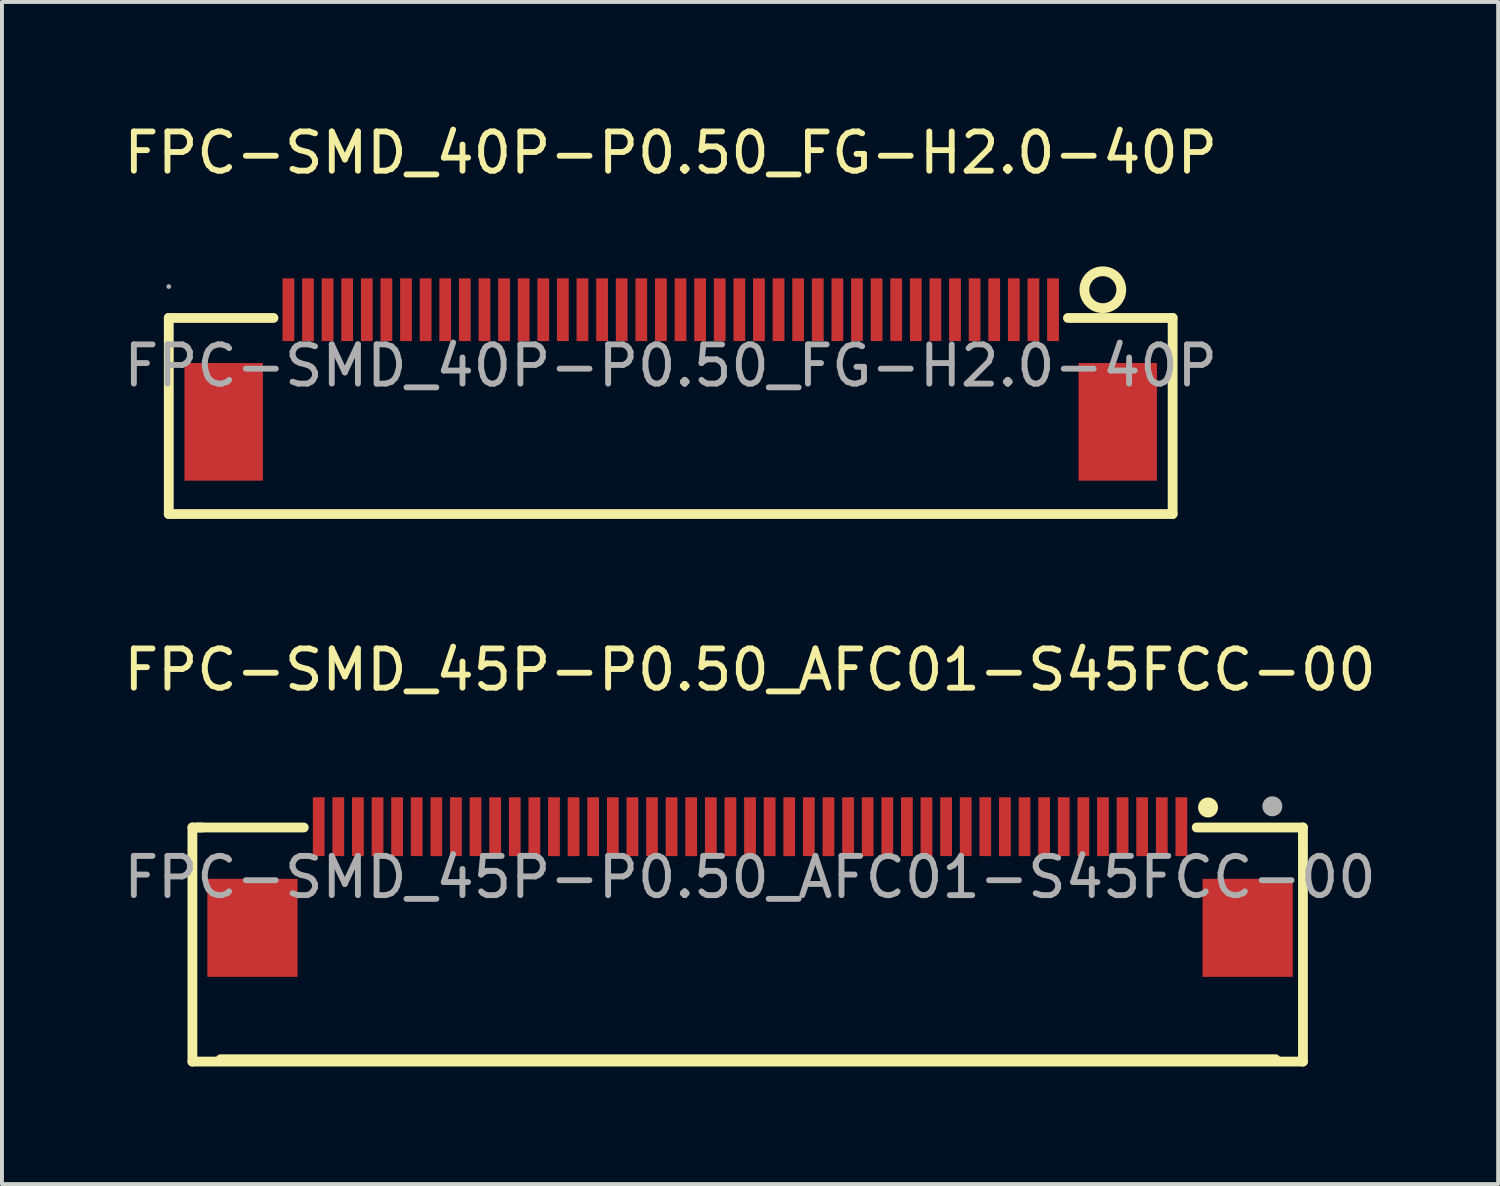
<source format=kicad_pcb>
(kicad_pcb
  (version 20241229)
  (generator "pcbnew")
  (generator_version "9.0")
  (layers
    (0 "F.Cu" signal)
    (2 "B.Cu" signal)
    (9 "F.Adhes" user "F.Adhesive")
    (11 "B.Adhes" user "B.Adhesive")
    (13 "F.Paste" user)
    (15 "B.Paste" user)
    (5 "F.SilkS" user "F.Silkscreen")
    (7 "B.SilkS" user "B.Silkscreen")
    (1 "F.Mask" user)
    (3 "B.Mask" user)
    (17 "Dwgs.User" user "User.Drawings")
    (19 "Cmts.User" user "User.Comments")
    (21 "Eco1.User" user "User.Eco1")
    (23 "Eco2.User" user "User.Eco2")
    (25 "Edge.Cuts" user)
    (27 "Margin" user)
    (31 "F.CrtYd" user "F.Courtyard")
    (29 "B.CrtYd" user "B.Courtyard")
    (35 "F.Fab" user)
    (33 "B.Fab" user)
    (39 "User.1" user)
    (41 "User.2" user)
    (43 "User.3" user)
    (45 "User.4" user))
  (footprint "FPC-SMD_40P-P0.50_FG-H2.0-40P"
    (layer "F.Cu")
    (at 14.054 6.278)
    (property "Reference" "FPC-SMD_40P-P0.50_FG-H2.0-40P" (at 0 -5.43 0) (layer "F.SilkS") (effects (font (size 1 1) (thickness 0.15))))
    (attr through_hole)
    (fp_line (start -12.8 -1.22) (end -12.8 3.78) (stroke (width 0.25) (type solid)) (layer "F.SilkS"))
    (fp_line (start -12.8 -1.22) (end -10.13 -1.22) (stroke (width 0.25) (type solid)) (layer "F.SilkS"))
    (fp_line (start -12.8 3.78) (end 12.8 3.78) (stroke (width 0.25) (type solid)) (layer "F.SilkS"))
    (fp_line (start 10.13 -1.22) (end 12.8 -1.22) (stroke (width 0.25) (type solid)) (layer "F.SilkS"))
    (fp_line (start 12.8 -1.22) (end 12.8 3.78) (stroke (width 0.25) (type solid)) (layer "F.SilkS"))
    (fp_circle (center 11.02 -1.94) (end 11.49 -1.94) (stroke (width 0.25) (type solid)) (fill no) (layer "F.SilkS"))
    (fp_circle (center -12.8 -2.02) (end -12.77 -2.02) (stroke (width 0.06) (type solid)) (fill no) (layer "F.Fab"))
    (fp_text user "${REFERENCE}" (at 0 0 0) (layer "F.Fab") (effects (font (size 1 1) (thickness 0.15))))
    (pad "1" smd rect (at 9.75 -1.43 180) (size 0.3 1.6) (layers "F.Cu" "F.Mask" "F.Paste"))
    (pad "2" smd rect (at 9.25 -1.43 180) (size 0.3 1.6) (layers "F.Cu" "F.Mask" "F.Paste"))
    (pad "3" smd rect (at 8.75 -1.43 180) (size 0.3 1.6) (layers "F.Cu" "F.Mask" "F.Paste"))
    (pad "4" smd rect (at 8.25 -1.43 180) (size 0.3 1.6) (layers "F.Cu" "F.Mask" "F.Paste"))
    (pad "5" smd rect (at 7.75 -1.43 180) (size 0.3 1.6) (layers "F.Cu" "F.Mask" "F.Paste"))
    (pad "6" smd rect (at 7.25 -1.43 180) (size 0.3 1.6) (layers "F.Cu" "F.Mask" "F.Paste"))
    (pad "7" smd rect (at 6.75 -1.43 180) (size 0.3 1.6) (layers "F.Cu" "F.Mask" "F.Paste"))
    (pad "8" smd rect (at 6.25 -1.43 180) (size 0.3 1.6) (layers "F.Cu" "F.Mask" "F.Paste"))
    (pad "9" smd rect (at 5.75 -1.43 180) (size 0.3 1.6) (layers "F.Cu" "F.Mask" "F.Paste"))
    (pad "10" smd rect (at 5.25 -1.43 180) (size 0.3 1.6) (layers "F.Cu" "F.Mask" "F.Paste"))
    (pad "11" smd rect (at 4.75 -1.43 180) (size 0.3 1.6) (layers "F.Cu" "F.Mask" "F.Paste"))
    (pad "12" smd rect (at 4.25 -1.43 180) (size 0.3 1.6) (layers "F.Cu" "F.Mask" "F.Paste"))
    (pad "13" smd rect (at 3.75 -1.43 180) (size 0.3 1.6) (layers "F.Cu" "F.Mask" "F.Paste"))
    (pad "14" smd rect (at 3.25 -1.43 180) (size 0.3 1.6) (layers "F.Cu" "F.Mask" "F.Paste"))
    (pad "15" smd rect (at 2.75 -1.43 180) (size 0.3 1.6) (layers "F.Cu" "F.Mask" "F.Paste"))
    (pad "16" smd rect (at 2.25 -1.43 180) (size 0.3 1.6) (layers "F.Cu" "F.Mask" "F.Paste"))
    (pad "17" smd rect (at 1.75 -1.43 180) (size 0.3 1.6) (layers "F.Cu" "F.Mask" "F.Paste"))
    (pad "18" smd rect (at 1.25 -1.43 180) (size 0.3 1.6) (layers "F.Cu" "F.Mask" "F.Paste"))
    (pad "19" smd rect (at 0.75 -1.43 180) (size 0.3 1.6) (layers "F.Cu" "F.Mask" "F.Paste"))
    (pad "20" smd rect (at 0.25 -1.43 180) (size 0.3 1.6) (layers "F.Cu" "F.Mask" "F.Paste"))
    (pad "21" smd rect (at -0.25 -1.43 180) (size 0.3 1.6) (layers "F.Cu" "F.Mask" "F.Paste"))
    (pad "22" smd rect (at -0.75 -1.43 180) (size 0.3 1.6) (layers "F.Cu" "F.Mask" "F.Paste"))
    (pad "23" smd rect (at -1.25 -1.43 180) (size 0.3 1.6) (layers "F.Cu" "F.Mask" "F.Paste"))
    (pad "24" smd rect (at -1.75 -1.43 180) (size 0.3 1.6) (layers "F.Cu" "F.Mask" "F.Paste"))
    (pad "25" smd rect (at -2.25 -1.43 180) (size 0.3 1.6) (layers "F.Cu" "F.Mask" "F.Paste"))
    (pad "26" smd rect (at -2.75 -1.43 180) (size 0.3 1.6) (layers "F.Cu" "F.Mask" "F.Paste"))
    (pad "27" smd rect (at -3.25 -1.43 180) (size 0.3 1.6) (layers "F.Cu" "F.Mask" "F.Paste"))
    (pad "28" smd rect (at -3.75 -1.43 180) (size 0.3 1.6) (layers "F.Cu" "F.Mask" "F.Paste"))
    (pad "29" smd rect (at -4.25 -1.43 180) (size 0.3 1.6) (layers "F.Cu" "F.Mask" "F.Paste"))
    (pad "30" smd rect (at -4.75 -1.43 180) (size 0.3 1.6) (layers "F.Cu" "F.Mask" "F.Paste"))
    (pad "31" smd rect (at -5.25 -1.43 180) (size 0.3 1.6) (layers "F.Cu" "F.Mask" "F.Paste"))
    (pad "32" smd rect (at -5.75 -1.43 180) (size 0.3 1.6) (layers "F.Cu" "F.Mask" "F.Paste"))
    (pad "33" smd rect (at -6.25 -1.43 180) (size 0.3 1.6) (layers "F.Cu" "F.Mask" "F.Paste"))
    (pad "34" smd rect (at -6.75 -1.43 180) (size 0.3 1.6) (layers "F.Cu" "F.Mask" "F.Paste"))
    (pad "35" smd rect (at -7.25 -1.43 180) (size 0.3 1.6) (layers "F.Cu" "F.Mask" "F.Paste"))
    (pad "36" smd rect (at -7.75 -1.43 180) (size 0.3 1.6) (layers "F.Cu" "F.Mask" "F.Paste"))
    (pad "37" smd rect (at -8.25 -1.43 180) (size 0.3 1.6) (layers "F.Cu" "F.Mask" "F.Paste"))
    (pad "38" smd rect (at -8.75 -1.43 180) (size 0.3 1.6) (layers "F.Cu" "F.Mask" "F.Paste"))
    (pad "39" smd rect (at -9.25 -1.43 180) (size 0.3 1.6) (layers "F.Cu" "F.Mask" "F.Paste"))
    (pad "40" smd rect (at -9.75 -1.43 180) (size 0.3 1.6) (layers "F.Cu" "F.Mask" "F.Paste"))
    (pad "41" smd rect (at -11.4 1.43 90) (size 3 2) (layers "F.Cu" "F.Mask" "F.Paste"))
    (pad "42" smd rect (at 11.4 1.43 90) (size 3 2) (layers "F.Cu" "F.Mask" "F.Paste")))
  (footprint "FPC-SMD_45P-P0.50_AFC01-S45FCC-00"
    (layer "F.Cu")
    (at 16.077 19.322)
    (property "Reference" "FPC-SMD_45P-P0.50_AFC01-S45FCC-00" (at 0 -5.29 0) (layer "F.SilkS") (effects (font (size 1 1) (thickness 0.15))))
    (attr through_hole)
    (fp_line (start -14.22 -1.27) (end -13.97 -1.27) (stroke (width 0.25) (type solid)) (layer "F.SilkS"))
    (fp_line (start -14.22 4.7) (end -14.22 -1.27) (stroke (width 0.25) (type solid)) (layer "F.SilkS"))
    (fp_line (start -14.1 -1.27) (end -11.38 -1.27) (stroke (width 0.25) (type solid)) (layer "F.SilkS"))
    (fp_line (start -13.5 4.64) (end 13.4 4.64) (stroke (width 0.25) (type solid)) (layer "F.SilkS"))
    (fp_line (start 11.39 -1.27) (end 14.1 -1.27) (stroke (width 0.25) (type solid)) (layer "F.SilkS"))
    (fp_line (start 14.1 -1.27) (end 14.1 4.7) (stroke (width 0.25) (type solid)) (layer "F.SilkS"))
    (fp_line (start 14.1 4.7) (end -14.22 4.7) (stroke (width 0.25) (type solid)) (layer "F.SilkS"))
    (fp_circle (center 11.68 -1.78) (end 11.81 -1.78) (stroke (width 0.25) (type solid)) (fill no) (layer "F.SilkS"))
    (fp_circle (center 13.32 -1.81) (end 13.45 -1.81) (stroke (width 0.25) (type solid)) (fill no) (layer "F.Fab"))
    (fp_text user "${REFERENCE}" (at 0 0 0) (layer "F.Fab") (effects (font (size 1 1) (thickness 0.15))))
    (pad "1" smd rect (at 11 -1.29 90) (size 1.5 0.3) (layers "F.Cu" "F.Mask" "F.Paste"))
    (pad "2" smd rect (at 10.5 -1.29 90) (size 1.5 0.3) (layers "F.Cu" "F.Mask" "F.Paste"))
    (pad "3" smd rect (at 10 -1.29 90) (size 1.5 0.3) (layers "F.Cu" "F.Mask" "F.Paste"))
    (pad "4" smd rect (at 9.5 -1.29 90) (size 1.5 0.3) (layers "F.Cu" "F.Mask" "F.Paste"))
    (pad "5" smd rect (at 9 -1.29 90) (size 1.5 0.3) (layers "F.Cu" "F.Mask" "F.Paste"))
    (pad "6" smd rect (at 8.5 -1.29 90) (size 1.5 0.3) (layers "F.Cu" "F.Mask" "F.Paste"))
    (pad "7" smd rect (at 8 -1.29 90) (size 1.5 0.3) (layers "F.Cu" "F.Mask" "F.Paste"))
    (pad "8" smd rect (at 7.5 -1.29 90) (size 1.5 0.3) (layers "F.Cu" "F.Mask" "F.Paste"))
    (pad "9" smd rect (at 7 -1.29 90) (size 1.5 0.3) (layers "F.Cu" "F.Mask" "F.Paste"))
    (pad "10" smd rect (at 6.5 -1.29 90) (size 1.5 0.3) (layers "F.Cu" "F.Mask" "F.Paste"))
    (pad "11" smd rect (at 6 -1.29 90) (size 1.5 0.3) (layers "F.Cu" "F.Mask" "F.Paste"))
    (pad "12" smd rect (at 5.5 -1.29 90) (size 1.5 0.3) (layers "F.Cu" "F.Mask" "F.Paste"))
    (pad "13" smd rect (at 5 -1.29 90) (size 1.5 0.3) (layers "F.Cu" "F.Mask" "F.Paste"))
    (pad "14" smd rect (at 4.5 -1.29 90) (size 1.5 0.3) (layers "F.Cu" "F.Mask" "F.Paste"))
    (pad "15" smd rect (at 4 -1.29 90) (size 1.5 0.3) (layers "F.Cu" "F.Mask" "F.Paste"))
    (pad "16" smd rect (at 3.5 -1.29 90) (size 1.5 0.3) (layers "F.Cu" "F.Mask" "F.Paste"))
    (pad "17" smd rect (at 3 -1.29 90) (size 1.5 0.3) (layers "F.Cu" "F.Mask" "F.Paste"))
    (pad "18" smd rect (at 2.5 -1.29 90) (size 1.5 0.3) (layers "F.Cu" "F.Mask" "F.Paste"))
    (pad "19" smd rect (at 2 -1.29 90) (size 1.5 0.3) (layers "F.Cu" "F.Mask" "F.Paste"))
    (pad "20" smd rect (at 1.5 -1.29 90) (size 1.5 0.3) (layers "F.Cu" "F.Mask" "F.Paste"))
    (pad "21" smd rect (at 1 -1.29 90) (size 1.5 0.3) (layers "F.Cu" "F.Mask" "F.Paste"))
    (pad "22" smd rect (at 0.5 -1.29 90) (size 1.5 0.3) (layers "F.Cu" "F.Mask" "F.Paste"))
    (pad "23" smd rect (at 0 -1.29 90) (size 1.5 0.3) (layers "F.Cu" "F.Mask" "F.Paste"))
    (pad "24" smd rect (at -0.5 -1.29 90) (size 1.5 0.3) (layers "F.Cu" "F.Mask" "F.Paste"))
    (pad "25" smd rect (at -1 -1.29 90) (size 1.5 0.3) (layers "F.Cu" "F.Mask" "F.Paste"))
    (pad "26" smd rect (at -1.5 -1.29 90) (size 1.5 0.3) (layers "F.Cu" "F.Mask" "F.Paste"))
    (pad "27" smd rect (at -2 -1.29 90) (size 1.5 0.3) (layers "F.Cu" "F.Mask" "F.Paste"))
    (pad "28" smd rect (at -2.5 -1.29 90) (size 1.5 0.3) (layers "F.Cu" "F.Mask" "F.Paste"))
    (pad "29" smd rect (at -3 -1.29 90) (size 1.5 0.3) (layers "F.Cu" "F.Mask" "F.Paste"))
    (pad "30" smd rect (at -3.5 -1.29 90) (size 1.5 0.3) (layers "F.Cu" "F.Mask" "F.Paste"))
    (pad "31" smd rect (at -4 -1.29 90) (size 1.5 0.3) (layers "F.Cu" "F.Mask" "F.Paste"))
    (pad "32" smd rect (at -4.5 -1.29 90) (size 1.5 0.3) (layers "F.Cu" "F.Mask" "F.Paste"))
    (pad "33" smd rect (at -5 -1.29 90) (size 1.5 0.3) (layers "F.Cu" "F.Mask" "F.Paste"))
    (pad "34" smd rect (at -5.5 -1.29 90) (size 1.5 0.3) (layers "F.Cu" "F.Mask" "F.Paste"))
    (pad "35" smd rect (at -6 -1.29 90) (size 1.5 0.3) (layers "F.Cu" "F.Mask" "F.Paste"))
    (pad "36" smd rect (at -6.5 -1.29 90) (size 1.5 0.3) (layers "F.Cu" "F.Mask" "F.Paste"))
    (pad "37" smd rect (at -7 -1.29 90) (size 1.5 0.3) (layers "F.Cu" "F.Mask" "F.Paste"))
    (pad "38" smd rect (at -7.5 -1.29 90) (size 1.5 0.3) (layers "F.Cu" "F.Mask" "F.Paste"))
    (pad "39" smd rect (at -8 -1.29 90) (size 1.5 0.3) (layers "F.Cu" "F.Mask" "F.Paste"))
    (pad "40" smd rect (at -8.5 -1.29 90) (size 1.5 0.3) (layers "F.Cu" "F.Mask" "F.Paste"))
    (pad "41" smd rect (at -9 -1.29 90) (size 1.5 0.3) (layers "F.Cu" "F.Mask" "F.Paste"))
    (pad "42" smd rect (at -9.5 -1.29 90) (size 1.5 0.3) (layers "F.Cu" "F.Mask" "F.Paste"))
    (pad "43" smd rect (at -10 -1.29 90) (size 1.5 0.3) (layers "F.Cu" "F.Mask" "F.Paste"))
    (pad "44" smd rect (at -10.5 -1.29 90) (size 1.5 0.3) (layers "F.Cu" "F.Mask" "F.Paste"))
    (pad "45" smd rect (at -11 -1.29 90) (size 1.5 0.3) (layers "F.Cu" "F.Mask" "F.Paste"))
    (pad "46" smd rect (at 12.69 1.29 270) (size 2.5 2.3) (layers "F.Cu" "F.Mask" "F.Paste"))
    (pad "47" smd rect (at -12.69 1.29 90) (size 2.5 2.3) (layers "F.Cu" "F.Mask" "F.Paste")))
  (gr_rect
    (start -3 -3)
    (end 35.155 27.146)
    (stroke (width 0.1) (type default))
    (fill no)
    (layer "Edge.Cuts")))
</source>
